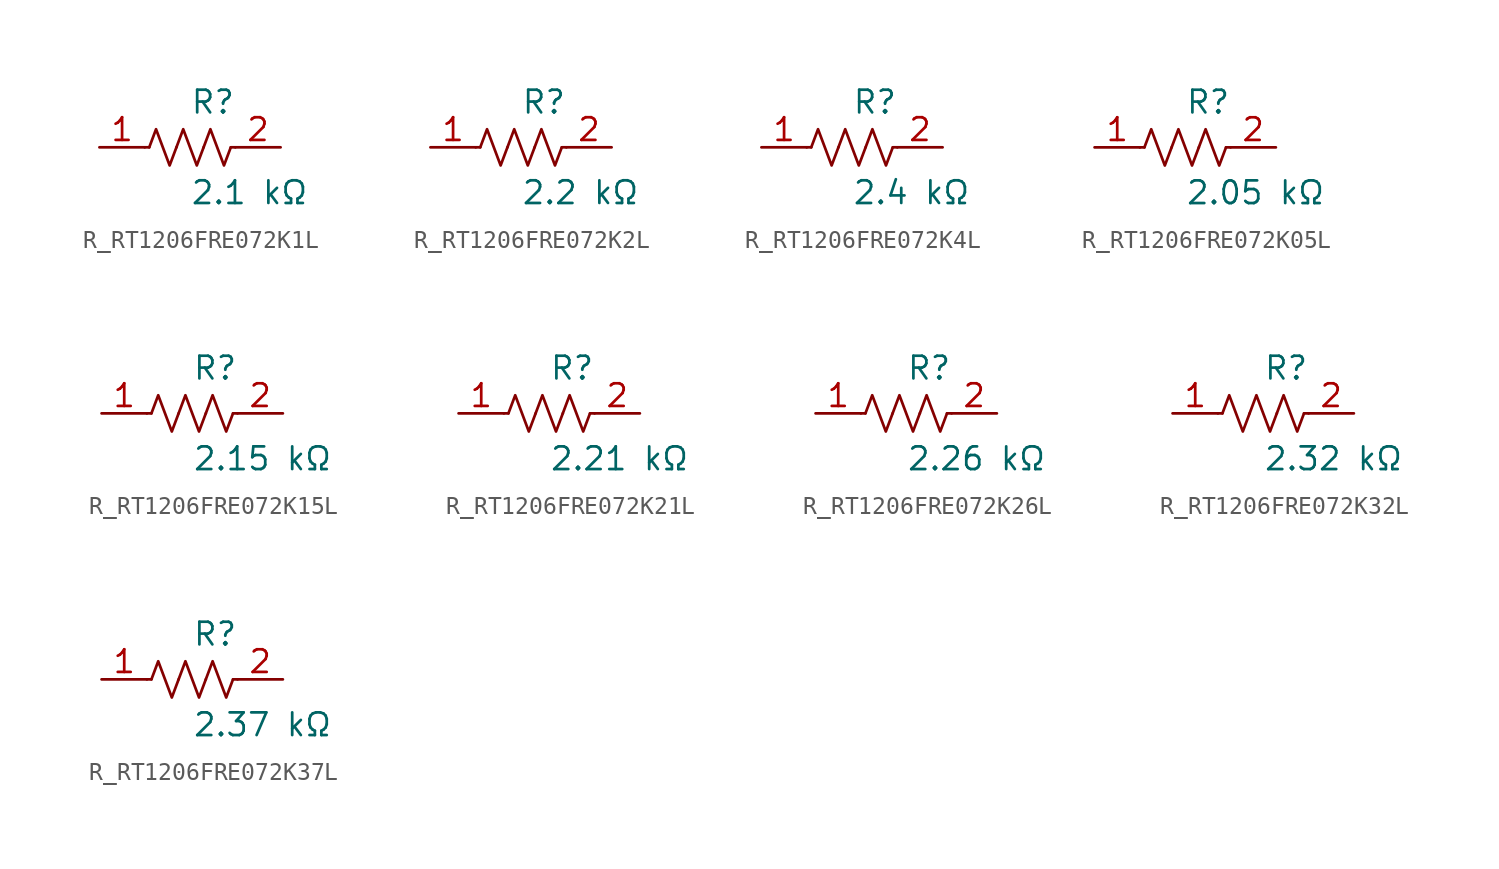
<source format=kicad_sym>
(kicad_symbol_lib
  (version 20231120)
  (generator kicad_symbol_editor)
  (generator_version 8.0)
  (symbol "R_RT1206FRE072K1L"
    (pin_names
      (offset 0.254))
    (property "Reference" "R"
      (at 0 2.54 0)
      (effects (font (size 1.27 1.27)) (justify left)))
    (property "Value" "2.1 kΩ"
      (at 0 -2.54 0)
      (effects (font (size 1.27 1.27)) (justify left)))
    (symbol "R_RT1206FRE072K1L_0_1"
      (polyline (pts (xy 2.286 0) (xy 2.54 0)) (stroke (width 0) (type default)) (fill (type none)))
      (polyline (pts (xy -2.286 0) (xy -2.54 0)) (stroke (width 0) (type default)) (fill (type none)))
      (polyline (pts (xy 0.762 0) (xy 1.143 1.016) (xy 1.524 0) (xy 1.905 -1.016) (xy 2.286 0)) (stroke (width 0) (type default)) (fill (type none)))
      (polyline (pts (xy -0.762 0) (xy -0.381 1.016) (xy 0 0) (xy 0.381 -1.016) (xy 0.762 0)) (stroke (width 0) (type default)) (fill (type none)))
      (polyline (pts (xy -2.286 0) (xy -1.905 1.016) (xy -1.524 0) (xy -1.143 -1.016) (xy -0.762 0)) (stroke (width 0) (type default)) (fill (type none))))
    (pin unspecified line
      (at -5.08 0 0)
      (length 2.54)
      (name "" (effects (font (size 1.27 1.27))))
      (number "1" (effects (font (size 1.27 1.27)))))
    (pin unspecified line
      (at 5.08 0 180)
      (length 2.54)
      (name "" (effects (font (size 1.27 1.27))))
      (number "2" (effects (font (size 1.27 1.27))))))
  (symbol "R_RT1206FRE072K2L"
    (pin_names
      (offset 0.254))
    (property "Reference" "R"
      (at 0 2.54 0)
      (effects (font (size 1.27 1.27)) (justify left)))
    (property "Value" "2.2 kΩ"
      (at 0 -2.54 0)
      (effects (font (size 1.27 1.27)) (justify left)))
    (symbol "R_RT1206FRE072K2L_0_1"
      (polyline (pts (xy 2.286 0) (xy 2.54 0)) (stroke (width 0) (type default)) (fill (type none)))
      (polyline (pts (xy -2.286 0) (xy -2.54 0)) (stroke (width 0) (type default)) (fill (type none)))
      (polyline (pts (xy 0.762 0) (xy 1.143 1.016) (xy 1.524 0) (xy 1.905 -1.016) (xy 2.286 0)) (stroke (width 0) (type default)) (fill (type none)))
      (polyline (pts (xy -0.762 0) (xy -0.381 1.016) (xy 0 0) (xy 0.381 -1.016) (xy 0.762 0)) (stroke (width 0) (type default)) (fill (type none)))
      (polyline (pts (xy -2.286 0) (xy -1.905 1.016) (xy -1.524 0) (xy -1.143 -1.016) (xy -0.762 0)) (stroke (width 0) (type default)) (fill (type none))))
    (pin unspecified line
      (at -5.08 0 0)
      (length 2.54)
      (name "" (effects (font (size 1.27 1.27))))
      (number "1" (effects (font (size 1.27 1.27)))))
    (pin unspecified line
      (at 5.08 0 180)
      (length 2.54)
      (name "" (effects (font (size 1.27 1.27))))
      (number "2" (effects (font (size 1.27 1.27))))))
  (symbol "R_RT1206FRE072K4L"
    (pin_names
      (offset 0.254))
    (property "Reference" "R"
      (at 0 2.54 0)
      (effects (font (size 1.27 1.27)) (justify left)))
    (property "Value" "2.4 kΩ"
      (at 0 -2.54 0)
      (effects (font (size 1.27 1.27)) (justify left)))
    (symbol "R_RT1206FRE072K4L_0_1"
      (polyline (pts (xy 2.286 0) (xy 2.54 0)) (stroke (width 0) (type default)) (fill (type none)))
      (polyline (pts (xy -2.286 0) (xy -2.54 0)) (stroke (width 0) (type default)) (fill (type none)))
      (polyline (pts (xy 0.762 0) (xy 1.143 1.016) (xy 1.524 0) (xy 1.905 -1.016) (xy 2.286 0)) (stroke (width 0) (type default)) (fill (type none)))
      (polyline (pts (xy -0.762 0) (xy -0.381 1.016) (xy 0 0) (xy 0.381 -1.016) (xy 0.762 0)) (stroke (width 0) (type default)) (fill (type none)))
      (polyline (pts (xy -2.286 0) (xy -1.905 1.016) (xy -1.524 0) (xy -1.143 -1.016) (xy -0.762 0)) (stroke (width 0) (type default)) (fill (type none))))
    (pin unspecified line
      (at -5.08 0 0)
      (length 2.54)
      (name "" (effects (font (size 1.27 1.27))))
      (number "1" (effects (font (size 1.27 1.27)))))
    (pin unspecified line
      (at 5.08 0 180)
      (length 2.54)
      (name "" (effects (font (size 1.27 1.27))))
      (number "2" (effects (font (size 1.27 1.27))))))
  (symbol "R_RT1206FRE072K05L"
    (pin_names
      (offset 0.254))
    (property "Reference" "R"
      (at 0 2.54 0)
      (effects (font (size 1.27 1.27)) (justify left)))
    (property "Value" "2.05 kΩ"
      (at 0 -2.54 0)
      (effects (font (size 1.27 1.27)) (justify left)))
    (symbol "R_RT1206FRE072K05L_0_1"
      (polyline (pts (xy 2.286 0) (xy 2.54 0)) (stroke (width 0) (type default)) (fill (type none)))
      (polyline (pts (xy -2.286 0) (xy -2.54 0)) (stroke (width 0) (type default)) (fill (type none)))
      (polyline (pts (xy 0.762 0) (xy 1.143 1.016) (xy 1.524 0) (xy 1.905 -1.016) (xy 2.286 0)) (stroke (width 0) (type default)) (fill (type none)))
      (polyline (pts (xy -0.762 0) (xy -0.381 1.016) (xy 0 0) (xy 0.381 -1.016) (xy 0.762 0)) (stroke (width 0) (type default)) (fill (type none)))
      (polyline (pts (xy -2.286 0) (xy -1.905 1.016) (xy -1.524 0) (xy -1.143 -1.016) (xy -0.762 0)) (stroke (width 0) (type default)) (fill (type none))))
    (pin unspecified line
      (at -5.08 0 0)
      (length 2.54)
      (name "" (effects (font (size 1.27 1.27))))
      (number "1" (effects (font (size 1.27 1.27)))))
    (pin unspecified line
      (at 5.08 0 180)
      (length 2.54)
      (name "" (effects (font (size 1.27 1.27))))
      (number "2" (effects (font (size 1.27 1.27))))))
  (symbol "R_RT1206FRE072K15L"
    (pin_names
      (offset 0.254))
    (property "Reference" "R"
      (at 0 2.54 0)
      (effects (font (size 1.27 1.27)) (justify left)))
    (property "Value" "2.15 kΩ"
      (at 0 -2.54 0)
      (effects (font (size 1.27 1.27)) (justify left)))
    (symbol "R_RT1206FRE072K15L_0_1"
      (polyline (pts (xy 2.286 0) (xy 2.54 0)) (stroke (width 0) (type default)) (fill (type none)))
      (polyline (pts (xy -2.286 0) (xy -2.54 0)) (stroke (width 0) (type default)) (fill (type none)))
      (polyline (pts (xy 0.762 0) (xy 1.143 1.016) (xy 1.524 0) (xy 1.905 -1.016) (xy 2.286 0)) (stroke (width 0) (type default)) (fill (type none)))
      (polyline (pts (xy -0.762 0) (xy -0.381 1.016) (xy 0 0) (xy 0.381 -1.016) (xy 0.762 0)) (stroke (width 0) (type default)) (fill (type none)))
      (polyline (pts (xy -2.286 0) (xy -1.905 1.016) (xy -1.524 0) (xy -1.143 -1.016) (xy -0.762 0)) (stroke (width 0) (type default)) (fill (type none))))
    (pin unspecified line
      (at -5.08 0 0)
      (length 2.54)
      (name "" (effects (font (size 1.27 1.27))))
      (number "1" (effects (font (size 1.27 1.27)))))
    (pin unspecified line
      (at 5.08 0 180)
      (length 2.54)
      (name "" (effects (font (size 1.27 1.27))))
      (number "2" (effects (font (size 1.27 1.27))))))
  (symbol "R_RT1206FRE072K21L"
    (pin_names
      (offset 0.254))
    (property "Reference" "R"
      (at 0 2.54 0)
      (effects (font (size 1.27 1.27)) (justify left)))
    (property "Value" "2.21 kΩ"
      (at 0 -2.54 0)
      (effects (font (size 1.27 1.27)) (justify left)))
    (symbol "R_RT1206FRE072K21L_0_1"
      (polyline (pts (xy 2.286 0) (xy 2.54 0)) (stroke (width 0) (type default)) (fill (type none)))
      (polyline (pts (xy -2.286 0) (xy -2.54 0)) (stroke (width 0) (type default)) (fill (type none)))
      (polyline (pts (xy 0.762 0) (xy 1.143 1.016) (xy 1.524 0) (xy 1.905 -1.016) (xy 2.286 0)) (stroke (width 0) (type default)) (fill (type none)))
      (polyline (pts (xy -0.762 0) (xy -0.381 1.016) (xy 0 0) (xy 0.381 -1.016) (xy 0.762 0)) (stroke (width 0) (type default)) (fill (type none)))
      (polyline (pts (xy -2.286 0) (xy -1.905 1.016) (xy -1.524 0) (xy -1.143 -1.016) (xy -0.762 0)) (stroke (width 0) (type default)) (fill (type none))))
    (pin unspecified line
      (at -5.08 0 0)
      (length 2.54)
      (name "" (effects (font (size 1.27 1.27))))
      (number "1" (effects (font (size 1.27 1.27)))))
    (pin unspecified line
      (at 5.08 0 180)
      (length 2.54)
      (name "" (effects (font (size 1.27 1.27))))
      (number "2" (effects (font (size 1.27 1.27))))))
  (symbol "R_RT1206FRE072K26L"
    (pin_names
      (offset 0.254))
    (property "Reference" "R"
      (at 0 2.54 0)
      (effects (font (size 1.27 1.27)) (justify left)))
    (property "Value" "2.26 kΩ"
      (at 0 -2.54 0)
      (effects (font (size 1.27 1.27)) (justify left)))
    (symbol "R_RT1206FRE072K26L_0_1"
      (polyline (pts (xy 2.286 0) (xy 2.54 0)) (stroke (width 0) (type default)) (fill (type none)))
      (polyline (pts (xy -2.286 0) (xy -2.54 0)) (stroke (width 0) (type default)) (fill (type none)))
      (polyline (pts (xy 0.762 0) (xy 1.143 1.016) (xy 1.524 0) (xy 1.905 -1.016) (xy 2.286 0)) (stroke (width 0) (type default)) (fill (type none)))
      (polyline (pts (xy -0.762 0) (xy -0.381 1.016) (xy 0 0) (xy 0.381 -1.016) (xy 0.762 0)) (stroke (width 0) (type default)) (fill (type none)))
      (polyline (pts (xy -2.286 0) (xy -1.905 1.016) (xy -1.524 0) (xy -1.143 -1.016) (xy -0.762 0)) (stroke (width 0) (type default)) (fill (type none))))
    (pin unspecified line
      (at -5.08 0 0)
      (length 2.54)
      (name "" (effects (font (size 1.27 1.27))))
      (number "1" (effects (font (size 1.27 1.27)))))
    (pin unspecified line
      (at 5.08 0 180)
      (length 2.54)
      (name "" (effects (font (size 1.27 1.27))))
      (number "2" (effects (font (size 1.27 1.27))))))
  (symbol "R_RT1206FRE072K32L"
    (pin_names
      (offset 0.254))
    (property "Reference" "R"
      (at 0 2.54 0)
      (effects (font (size 1.27 1.27)) (justify left)))
    (property "Value" "2.32 kΩ"
      (at 0 -2.54 0)
      (effects (font (size 1.27 1.27)) (justify left)))
    (symbol "R_RT1206FRE072K32L_0_1"
      (polyline (pts (xy 2.286 0) (xy 2.54 0)) (stroke (width 0) (type default)) (fill (type none)))
      (polyline (pts (xy -2.286 0) (xy -2.54 0)) (stroke (width 0) (type default)) (fill (type none)))
      (polyline (pts (xy 0.762 0) (xy 1.143 1.016) (xy 1.524 0) (xy 1.905 -1.016) (xy 2.286 0)) (stroke (width 0) (type default)) (fill (type none)))
      (polyline (pts (xy -0.762 0) (xy -0.381 1.016) (xy 0 0) (xy 0.381 -1.016) (xy 0.762 0)) (stroke (width 0) (type default)) (fill (type none)))
      (polyline (pts (xy -2.286 0) (xy -1.905 1.016) (xy -1.524 0) (xy -1.143 -1.016) (xy -0.762 0)) (stroke (width 0) (type default)) (fill (type none))))
    (pin unspecified line
      (at -5.08 0 0)
      (length 2.54)
      (name "" (effects (font (size 1.27 1.27))))
      (number "1" (effects (font (size 1.27 1.27)))))
    (pin unspecified line
      (at 5.08 0 180)
      (length 2.54)
      (name "" (effects (font (size 1.27 1.27))))
      (number "2" (effects (font (size 1.27 1.27))))))
  (symbol "R_RT1206FRE072K37L"
    (pin_names
      (offset 0.254))
    (property "Reference" "R"
      (at 0 2.54 0)
      (effects (font (size 1.27 1.27)) (justify left)))
    (property "Value" "2.37 kΩ"
      (at 0 -2.54 0)
      (effects (font (size 1.27 1.27)) (justify left)))
    (symbol "R_RT1206FRE072K37L_0_1"
      (polyline (pts (xy 2.286 0) (xy 2.54 0)) (stroke (width 0) (type default)) (fill (type none)))
      (polyline (pts (xy -2.286 0) (xy -2.54 0)) (stroke (width 0) (type default)) (fill (type none)))
      (polyline (pts (xy 0.762 0) (xy 1.143 1.016) (xy 1.524 0) (xy 1.905 -1.016) (xy 2.286 0)) (stroke (width 0) (type default)) (fill (type none)))
      (polyline (pts (xy -0.762 0) (xy -0.381 1.016) (xy 0 0) (xy 0.381 -1.016) (xy 0.762 0)) (stroke (width 0) (type default)) (fill (type none)))
      (polyline (pts (xy -2.286 0) (xy -1.905 1.016) (xy -1.524 0) (xy -1.143 -1.016) (xy -0.762 0)) (stroke (width 0) (type default)) (fill (type none))))
    (pin unspecified line
      (at -5.08 0 0)
      (length 2.54)
      (name "" (effects (font (size 1.27 1.27))))
      (number "1" (effects (font (size 1.27 1.27)))))
    (pin unspecified line
      (at 5.08 0 180)
      (length 2.54)
      (name "" (effects (font (size 1.27 1.27))))
      (number "2" (effects (font (size 1.27 1.27)))))))
</source>
